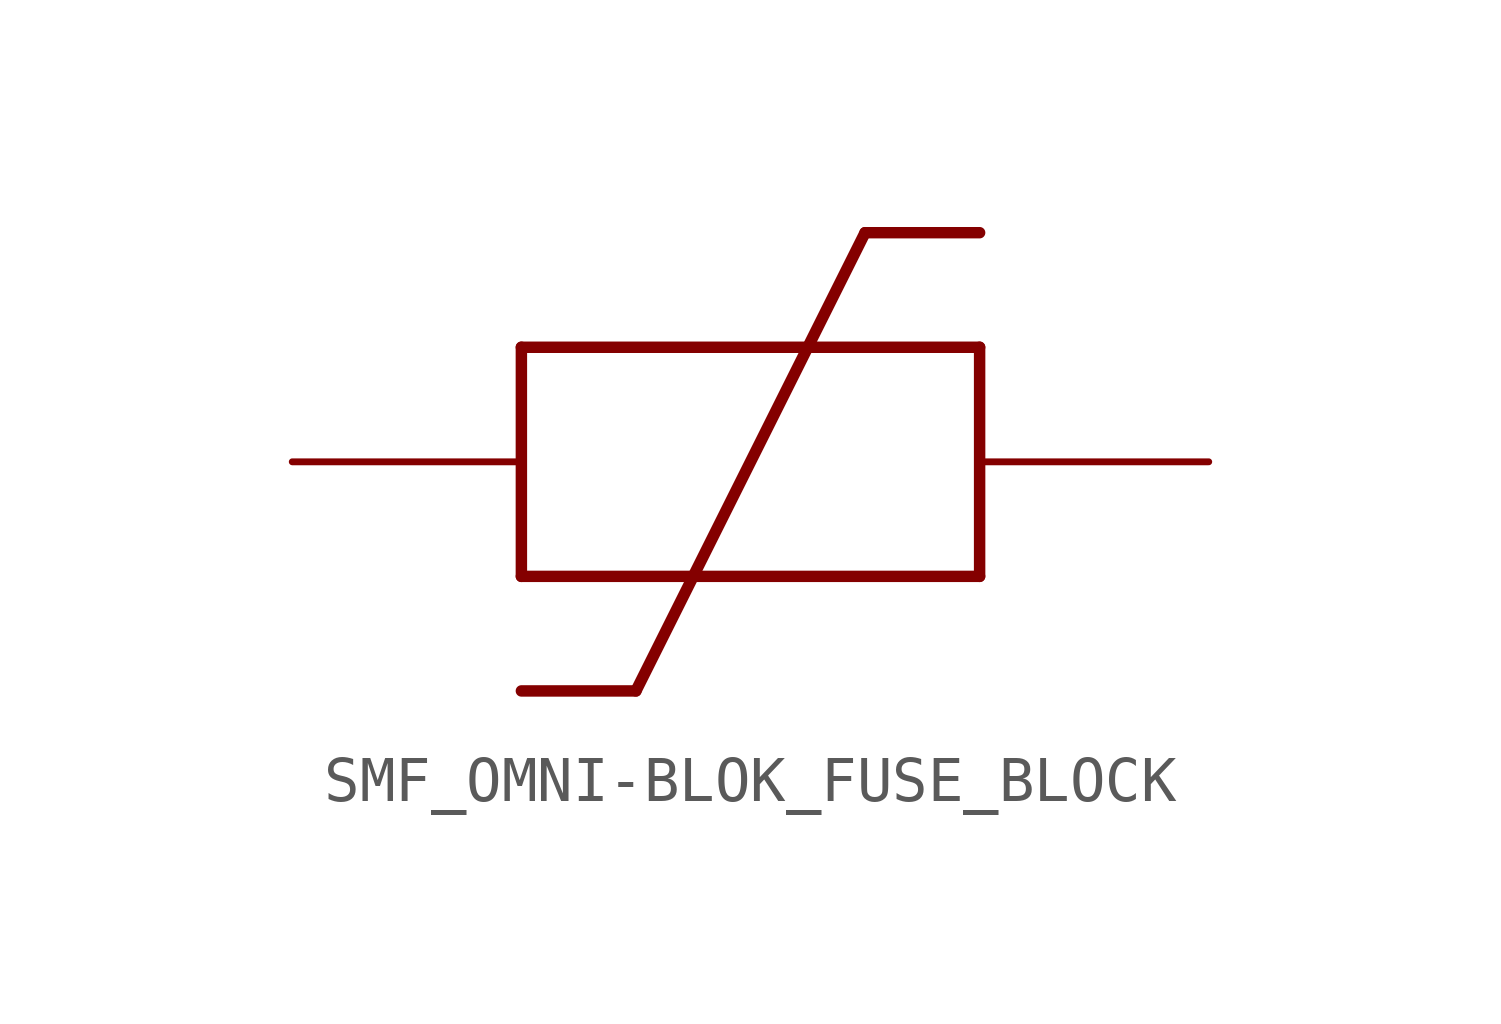
<source format=kicad_sym>
(kicad_symbol_lib
  (version 20220914)
  (generator kicad_symbol_editor)
  (symbol "SMF_OMNI-BLOK_FUSE_BLOCK"
    (property "Reference" ""
      (at 0 0 0)
      (effects (font (size 1.27 1.27)) hide))
    (property "ki_locked" ""
      (at 0 0 0)
      (effects (font (size 1.27 1.27))))
    (symbol "SMF_OMNI-BLOK_FUSE_BLOCK_1_0"
      (polyline (pts (xy -5.08 -5.08) (xy -2.54 -5.08)) (stroke (width 0.254) (type default)) (fill (type none)))
      (polyline (pts (xy -5.08 -2.54) (xy 5.08 -2.54)) (stroke (width 0.254) (type default)) (fill (type none)))
      (polyline (pts (xy -5.08 2.54) (xy -5.08 -2.54)) (stroke (width 0.254) (type default)) (fill (type none)))
      (polyline (pts (xy -2.54 -5.08) (xy 2.54 5.08)) (stroke (width 0.254) (type default)) (fill (type none)))
      (polyline (pts (xy 2.54 5.08) (xy 5.08 5.08)) (stroke (width 0.254) (type default)) (fill (type none)))
      (polyline (pts (xy 5.08 -2.54) (xy 5.08 2.54)) (stroke (width 0.254) (type default)) (fill (type none)))
      (polyline (pts (xy 5.08 2.54) (xy -5.08 2.54)) (stroke (width 0.254) (type default)) (fill (type none)))
      (pin bidirectional line (at -10.16 0 0) (length 5.08) (name "PIN1" (effects (font (size 0 0)))) (number "1" (effects (font (size 0 0)))))
      (pin bidirectional line (at 10.16 0 180) (length 5.08) (name "PIN2" (effects (font (size 0 0)))) (number "2" (effects (font (size 0 0))))))))
</source>
